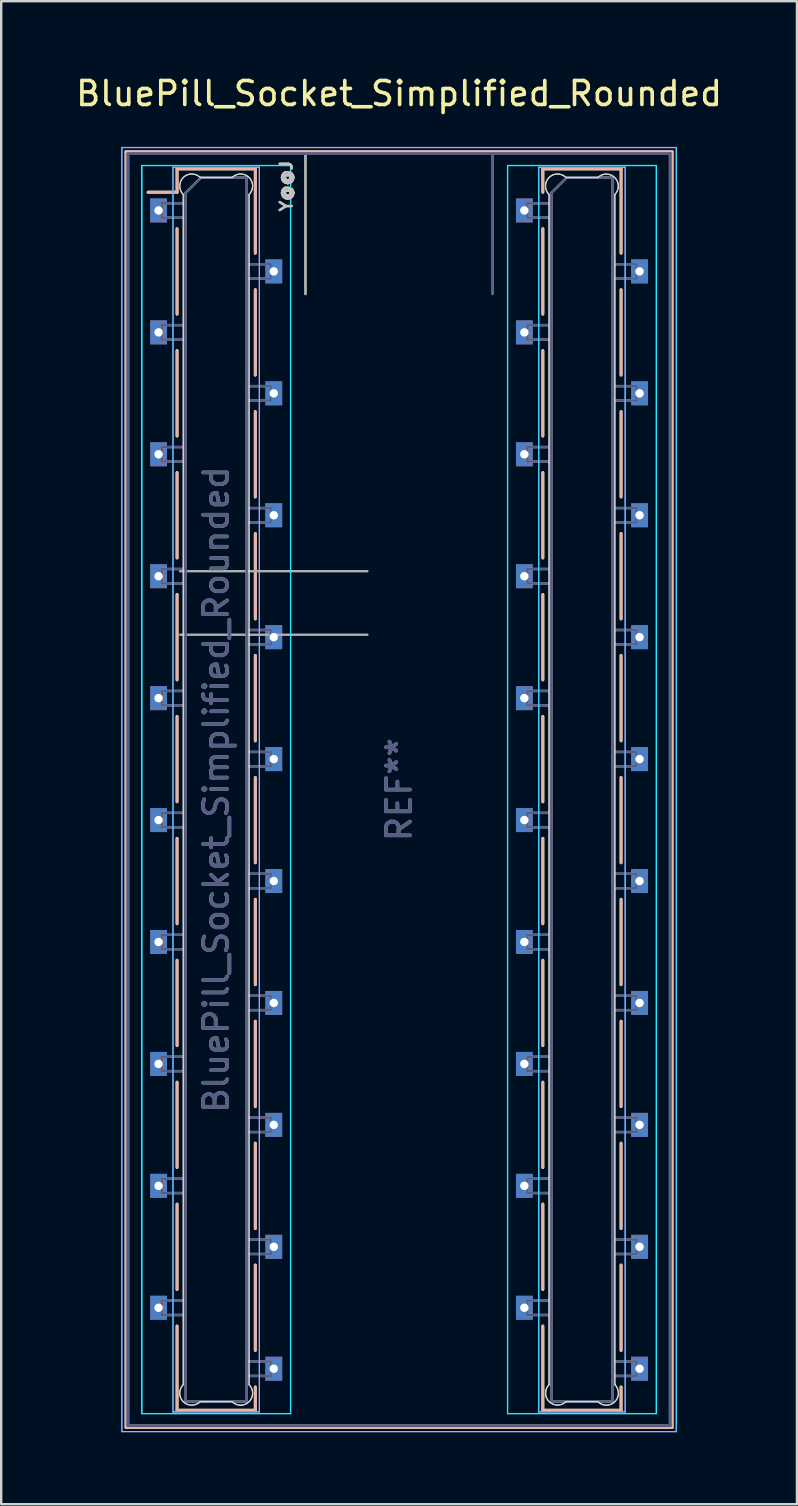
<source format=kicad_pcb>
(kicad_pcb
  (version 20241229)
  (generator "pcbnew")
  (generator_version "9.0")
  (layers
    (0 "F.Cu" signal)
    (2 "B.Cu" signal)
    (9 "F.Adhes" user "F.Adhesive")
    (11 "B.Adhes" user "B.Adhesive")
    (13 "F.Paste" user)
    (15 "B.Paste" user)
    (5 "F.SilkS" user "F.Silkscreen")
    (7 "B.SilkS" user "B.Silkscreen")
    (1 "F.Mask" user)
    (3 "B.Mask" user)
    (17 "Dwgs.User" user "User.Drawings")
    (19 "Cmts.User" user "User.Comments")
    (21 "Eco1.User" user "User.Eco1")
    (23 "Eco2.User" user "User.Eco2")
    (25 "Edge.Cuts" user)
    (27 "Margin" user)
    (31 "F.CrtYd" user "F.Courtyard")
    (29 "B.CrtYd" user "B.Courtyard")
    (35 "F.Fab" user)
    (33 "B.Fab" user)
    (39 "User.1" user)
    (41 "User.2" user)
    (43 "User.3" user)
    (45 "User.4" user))
  (footprint "BluePill_Socket_Simplified_Rounded"
    (layer "F.Cu")
    (at 13.577 29.848)
    (property "Reference" "BluePill_Socket_Simplified_Rounded" (at 0 -29 0) (layer "F.SilkS") (effects (font (size 1 1) (thickness 0.15))))
    (attr smd)
    (fp_line (start -11.375 -26.575) (end 11.375 -26.575) (stroke (width 0.12) (type solid)) (layer "F.SilkS"))
    (fp_line (start -11.375 26.575) (end -11.375 -26.575) (stroke (width 0.12) (type solid)) (layer "F.SilkS"))
    (fp_line (start -10.46 -24.89) (end -9.25 -24.89) (stroke (width 0.12) (type solid)) (layer "F.SilkS"))
    (fp_line (start -9.25 -25.86) (end -9.25 -24.89) (stroke (width 0.12) (type solid)) (layer "F.SilkS"))
    (fp_line (start -9.25 -25.86) (end -5.99 -25.86) (stroke (width 0.12) (type solid)) (layer "F.SilkS"))
    (fp_line (start -9.25 -23.37) (end -9.25 -19.81) (stroke (width 0.12) (type solid)) (layer "F.SilkS"))
    (fp_line (start -9.25 -18.29) (end -9.25 -14.73) (stroke (width 0.12) (type solid)) (layer "F.SilkS"))
    (fp_line (start -9.25 -13.21) (end -9.25 -9.65) (stroke (width 0.12) (type solid)) (layer "F.SilkS"))
    (fp_line (start -9.25 -8.13) (end -9.25 -4.57) (stroke (width 0.12) (type solid)) (layer "F.SilkS"))
    (fp_line (start -9.25 -3.05) (end -9.25 0.51) (stroke (width 0.12) (type solid)) (layer "F.SilkS"))
    (fp_line (start -9.25 2.03) (end -9.25 5.59) (stroke (width 0.12) (type solid)) (layer "F.SilkS"))
    (fp_line (start -9.25 7.11) (end -9.25 10.67) (stroke (width 0.12) (type solid)) (layer "F.SilkS"))
    (fp_line (start -9.25 12.19) (end -9.25 15.75) (stroke (width 0.12) (type solid)) (layer "F.SilkS"))
    (fp_line (start -9.25 17.27) (end -9.25 20.83) (stroke (width 0.12) (type solid)) (layer "F.SilkS"))
    (fp_line (start -9.25 22.35) (end -9.25 25.86) (stroke (width 0.12) (type solid)) (layer "F.SilkS"))
    (fp_line (start -9.25 25.86) (end -5.99 25.86) (stroke (width 0.12) (type solid)) (layer "F.SilkS"))
    (fp_line (start -5.99 -25.86) (end -5.99 -22.35) (stroke (width 0.12) (type solid)) (layer "F.SilkS"))
    (fp_line (start -5.99 -20.83) (end -5.99 -17.27) (stroke (width 0.12) (type solid)) (layer "F.SilkS"))
    (fp_line (start -5.99 -15.75) (end -5.99 -12.19) (stroke (width 0.12) (type solid)) (layer "F.SilkS"))
    (fp_line (start -5.99 -10.67) (end -5.99 -7.11) (stroke (width 0.12) (type solid)) (layer "F.SilkS"))
    (fp_line (start -5.99 -5.59) (end -5.99 -2.03) (stroke (width 0.12) (type solid)) (layer "F.SilkS"))
    (fp_line (start -5.99 -0.51) (end -5.99 3.05) (stroke (width 0.12) (type solid)) (layer "F.SilkS"))
    (fp_line (start -5.99 4.57) (end -5.99 8.13) (stroke (width 0.12) (type solid)) (layer "F.SilkS"))
    (fp_line (start -5.99 9.65) (end -5.99 13.21) (stroke (width 0.12) (type solid)) (layer "F.SilkS"))
    (fp_line (start -5.99 14.73) (end -5.99 18.29) (stroke (width 0.12) (type solid)) (layer "F.SilkS"))
    (fp_line (start -5.99 19.81) (end -5.99 23.37) (stroke (width 0.12) (type solid)) (layer "F.SilkS"))
    (fp_line (start -5.99 24.89) (end -5.99 25.86) (stroke (width 0.12) (type solid)) (layer "F.SilkS"))
    (fp_line (start 5.99 -25.86) (end 5.99 -24.89) (stroke (width 0.12) (type solid)) (layer "F.SilkS"))
    (fp_line (start 5.99 -25.86) (end 9.25 -25.86) (stroke (width 0.12) (type solid)) (layer "F.SilkS"))
    (fp_line (start 5.99 -23.37) (end 5.99 -19.81) (stroke (width 0.12) (type solid)) (layer "F.SilkS"))
    (fp_line (start 5.99 -18.29) (end 5.99 -14.73) (stroke (width 0.12) (type solid)) (layer "F.SilkS"))
    (fp_line (start 5.99 -13.21) (end 5.99 -9.65) (stroke (width 0.12) (type solid)) (layer "F.SilkS"))
    (fp_line (start 5.99 -8.13) (end 5.99 -4.57) (stroke (width 0.12) (type solid)) (layer "F.SilkS"))
    (fp_line (start 5.99 -3.05) (end 5.99 0.51) (stroke (width 0.12) (type solid)) (layer "F.SilkS"))
    (fp_line (start 5.99 2.03) (end 5.99 5.59) (stroke (width 0.12) (type solid)) (layer "F.SilkS"))
    (fp_line (start 5.99 7.11) (end 5.99 10.67) (stroke (width 0.12) (type solid)) (layer "F.SilkS"))
    (fp_line (start 5.99 12.19) (end 5.99 15.75) (stroke (width 0.12) (type solid)) (layer "F.SilkS"))
    (fp_line (start 5.99 17.27) (end 5.99 20.83) (stroke (width 0.12) (type solid)) (layer "F.SilkS"))
    (fp_line (start 5.99 22.35) (end 5.99 25.86) (stroke (width 0.12) (type solid)) (layer "F.SilkS"))
    (fp_line (start 5.99 25.86) (end 9.25 25.86) (stroke (width 0.12) (type solid)) (layer "F.SilkS"))
    (fp_line (start 9.25 -25.86) (end 9.25 -22.35) (stroke (width 0.12) (type solid)) (layer "F.SilkS"))
    (fp_line (start 9.25 -20.83) (end 9.25 -17.27) (stroke (width 0.12) (type solid)) (layer "F.SilkS"))
    (fp_line (start 9.25 -15.75) (end 9.25 -12.19) (stroke (width 0.12) (type solid)) (layer "F.SilkS"))
    (fp_line (start 9.25 -10.67) (end 9.25 -7.11) (stroke (width 0.12) (type solid)) (layer "F.SilkS"))
    (fp_line (start 9.25 -5.59) (end 9.25 -2.03) (stroke (width 0.12) (type solid)) (layer "F.SilkS"))
    (fp_line (start 9.25 -0.51) (end 9.25 3.05) (stroke (width 0.12) (type solid)) (layer "F.SilkS"))
    (fp_line (start 9.25 4.57) (end 9.25 8.13) (stroke (width 0.12) (type solid)) (layer "F.SilkS"))
    (fp_line (start 9.25 9.65) (end 9.25 13.21) (stroke (width 0.12) (type solid)) (layer "F.SilkS"))
    (fp_line (start 9.25 14.73) (end 9.25 18.29) (stroke (width 0.12) (type solid)) (layer "F.SilkS"))
    (fp_line (start 9.25 19.81) (end 9.25 23.37) (stroke (width 0.12) (type solid)) (layer "F.SilkS"))
    (fp_line (start 9.25 24.89) (end 9.25 25.86) (stroke (width 0.12) (type solid)) (layer "F.SilkS"))
    (fp_line (start 11.375 -26.575) (end 11.375 26.575) (stroke (width 0.12) (type solid)) (layer "F.SilkS"))
    (fp_line (start 11.375 26.575) (end -11.375 26.575) (stroke (width 0.12) (type solid)) (layer "F.SilkS"))
    (fp_line (start -11.375 -26.575) (end 11.375 -26.575) (stroke (width 0.12) (type solid)) (layer "B.SilkS"))
    (fp_line (start -11.375 26.575) (end -11.375 -26.575) (stroke (width 0.12) (type solid)) (layer "B.SilkS"))
    (fp_line (start -10.46 -24.89) (end -9.25 -24.89) (stroke (width 0.12) (type solid)) (layer "B.SilkS"))
    (fp_line (start -9.25 -25.86) (end -9.25 -24.89) (stroke (width 0.12) (type solid)) (layer "B.SilkS"))
    (fp_line (start -9.25 -25.86) (end -5.99 -25.86) (stroke (width 0.12) (type solid)) (layer "B.SilkS"))
    (fp_line (start -9.25 -23.37) (end -9.25 -19.81) (stroke (width 0.12) (type solid)) (layer "B.SilkS"))
    (fp_line (start -9.25 -18.29) (end -9.25 -14.73) (stroke (width 0.12) (type solid)) (layer "B.SilkS"))
    (fp_line (start -9.25 -13.21) (end -9.25 -9.65) (stroke (width 0.12) (type solid)) (layer "B.SilkS"))
    (fp_line (start -9.25 -8.13) (end -9.25 -4.57) (stroke (width 0.12) (type solid)) (layer "B.SilkS"))
    (fp_line (start -9.25 -3.05) (end -9.25 0.51) (stroke (width 0.12) (type solid)) (layer "B.SilkS"))
    (fp_line (start -9.25 2.03) (end -9.25 5.59) (stroke (width 0.12) (type solid)) (layer "B.SilkS"))
    (fp_line (start -9.25 7.11) (end -9.25 10.67) (stroke (width 0.12) (type solid)) (layer "B.SilkS"))
    (fp_line (start -9.25 12.19) (end -9.25 15.75) (stroke (width 0.12) (type solid)) (layer "B.SilkS"))
    (fp_line (start -9.25 17.27) (end -9.25 20.83) (stroke (width 0.12) (type solid)) (layer "B.SilkS"))
    (fp_line (start -9.25 22.35) (end -9.25 25.86) (stroke (width 0.12) (type solid)) (layer "B.SilkS"))
    (fp_line (start -9.25 25.86) (end -5.99 25.86) (stroke (width 0.12) (type solid)) (layer "B.SilkS"))
    (fp_line (start -5.99 -25.86) (end -5.99 -22.35) (stroke (width 0.12) (type solid)) (layer "B.SilkS"))
    (fp_line (start -5.99 -20.83) (end -5.99 -17.27) (stroke (width 0.12) (type solid)) (layer "B.SilkS"))
    (fp_line (start -5.99 -15.75) (end -5.99 -12.19) (stroke (width 0.12) (type solid)) (layer "B.SilkS"))
    (fp_line (start -5.99 -10.67) (end -5.99 -7.11) (stroke (width 0.12) (type solid)) (layer "B.SilkS"))
    (fp_line (start -5.99 -5.59) (end -5.99 -2.03) (stroke (width 0.12) (type solid)) (layer "B.SilkS"))
    (fp_line (start -5.99 -0.51) (end -5.99 3.05) (stroke (width 0.12) (type solid)) (layer "B.SilkS"))
    (fp_line (start -5.99 4.57) (end -5.99 8.13) (stroke (width 0.12) (type solid)) (layer "B.SilkS"))
    (fp_line (start -5.99 9.65) (end -5.99 13.21) (stroke (width 0.12) (type solid)) (layer "B.SilkS"))
    (fp_line (start -5.99 14.73) (end -5.99 18.29) (stroke (width 0.12) (type solid)) (layer "B.SilkS"))
    (fp_line (start -5.99 19.81) (end -5.99 23.37) (stroke (width 0.12) (type solid)) (layer "B.SilkS"))
    (fp_line (start -5.99 24.89) (end -5.99 25.86) (stroke (width 0.12) (type solid)) (layer "B.SilkS"))
    (fp_line (start 5.99 -25.86) (end 5.99 -24.89) (stroke (width 0.12) (type solid)) (layer "B.SilkS"))
    (fp_line (start 5.99 -25.86) (end 9.25 -25.86) (stroke (width 0.12) (type solid)) (layer "B.SilkS"))
    (fp_line (start 5.99 -23.37) (end 5.99 -19.81) (stroke (width 0.12) (type solid)) (layer "B.SilkS"))
    (fp_line (start 5.99 -18.29) (end 5.99 -14.73) (stroke (width 0.12) (type solid)) (layer "B.SilkS"))
    (fp_line (start 5.99 -13.21) (end 5.99 -9.65) (stroke (width 0.12) (type solid)) (layer "B.SilkS"))
    (fp_line (start 5.99 -8.13) (end 5.99 -4.57) (stroke (width 0.12) (type solid)) (layer "B.SilkS"))
    (fp_line (start 5.99 -3.05) (end 5.99 0.51) (stroke (width 0.12) (type solid)) (layer "B.SilkS"))
    (fp_line (start 5.99 2.03) (end 5.99 5.59) (stroke (width 0.12) (type solid)) (layer "B.SilkS"))
    (fp_line (start 5.99 7.11) (end 5.99 10.67) (stroke (width 0.12) (type solid)) (layer "B.SilkS"))
    (fp_line (start 5.99 12.19) (end 5.99 15.75) (stroke (width 0.12) (type solid)) (layer "B.SilkS"))
    (fp_line (start 5.99 17.27) (end 5.99 20.83) (stroke (width 0.12) (type solid)) (layer "B.SilkS"))
    (fp_line (start 5.99 22.35) (end 5.99 25.86) (stroke (width 0.12) (type solid)) (layer "B.SilkS"))
    (fp_line (start 5.99 25.86) (end 9.25 25.86) (stroke (width 0.12) (type solid)) (layer "B.SilkS"))
    (fp_line (start 9.25 -25.86) (end 9.25 -22.35) (stroke (width 0.12) (type solid)) (layer "B.SilkS"))
    (fp_line (start 9.25 -20.83) (end 9.25 -17.27) (stroke (width 0.12) (type solid)) (layer "B.SilkS"))
    (fp_line (start 9.25 -15.75) (end 9.25 -12.19) (stroke (width 0.12) (type solid)) (layer "B.SilkS"))
    (fp_line (start 9.25 -10.67) (end 9.25 -7.11) (stroke (width 0.12) (type solid)) (layer "B.SilkS"))
    (fp_line (start 9.25 -5.59) (end 9.25 -2.03) (stroke (width 0.12) (type solid)) (layer "B.SilkS"))
    (fp_line (start 9.25 -0.51) (end 9.25 3.05) (stroke (width 0.12) (type solid)) (layer "B.SilkS"))
    (fp_line (start 9.25 4.57) (end 9.25 8.13) (stroke (width 0.12) (type solid)) (layer "B.SilkS"))
    (fp_line (start 9.25 9.65) (end 9.25 13.21) (stroke (width 0.12) (type solid)) (layer "B.SilkS"))
    (fp_line (start 9.25 14.73) (end 9.25 18.29) (stroke (width 0.12) (type solid)) (layer "B.SilkS"))
    (fp_line (start 9.25 19.81) (end 9.25 23.37) (stroke (width 0.12) (type solid)) (layer "B.SilkS"))
    (fp_line (start 9.25 24.89) (end 9.25 25.86) (stroke (width 0.12) (type solid)) (layer "B.SilkS"))
    (fp_line (start 11.375 -26.575) (end 11.375 26.575) (stroke (width 0.12) (type solid)) (layer "B.SilkS"))
    (fp_line (start 11.375 26.575) (end -11.375 26.575) (stroke (width 0.12) (type solid)) (layer "B.SilkS"))
    (fp_line (start -8.99 24.793) (end -8.99 -24.793) (stroke (width 0.05) (type solid)) (layer "Edge.Cuts"))
    (fp_line (start -8.99 24.793) (end -8.99 -24.793) (stroke (width 0.05) (type solid)) (layer "Edge.Cuts"))
    (fp_line (start -8.283 -25.5) (end -6.957 -25.5) (stroke (width 0.05) (type solid)) (layer "Edge.Cuts"))
    (fp_line (start -8.283 -25.5) (end -6.957 -25.5) (stroke (width 0.05) (type solid)) (layer "Edge.Cuts"))
    (fp_line (start -6.957 25.5) (end -8.283 25.5) (stroke (width 0.05) (type solid)) (layer "Edge.Cuts"))
    (fp_line (start -6.957 25.5) (end -8.283 25.5) (stroke (width 0.05) (type solid)) (layer "Edge.Cuts"))
    (fp_line (start -6.25 -24.793) (end -6.25 24.793) (stroke (width 0.05) (type solid)) (layer "Edge.Cuts"))
    (fp_line (start -6.25 -24.793) (end -6.25 24.793) (stroke (width 0.05) (type solid)) (layer "Edge.Cuts"))
    (fp_line (start 6.25 24.793) (end 6.25 -24.793) (stroke (width 0.05) (type solid)) (layer "Edge.Cuts"))
    (fp_line (start 6.25 24.793) (end 6.25 -24.793) (stroke (width 0.05) (type solid)) (layer "Edge.Cuts"))
    (fp_line (start 6.957 -25.5) (end 8.283 -25.5) (stroke (width 0.05) (type solid)) (layer "Edge.Cuts"))
    (fp_line (start 6.957 -25.5) (end 8.283 -25.5) (stroke (width 0.05) (type solid)) (layer "Edge.Cuts"))
    (fp_line (start 8.283 25.5) (end 6.957 25.5) (stroke (width 0.05) (type solid)) (layer "Edge.Cuts"))
    (fp_line (start 8.283 25.5) (end 6.957 25.5) (stroke (width 0.05) (type solid)) (layer "Edge.Cuts"))
    (fp_line (start 8.99 -24.793) (end 8.99 24.793) (stroke (width 0.05) (type solid)) (layer "Edge.Cuts"))
    (fp_line (start 8.99 -24.793) (end 8.99 24.793) (stroke (width 0.05) (type solid)) (layer "Edge.Cuts"))
    (fp_arc (start -8.99 -24.792893) (mid -8.990001 -25.500001) (end -8.282893 -25.5) (stroke (width 0.05) (type default)) (layer "Edge.Cuts"))
    (fp_arc (start -8.99 -24.792893) (mid -8.990001 -25.500001) (end -8.282893 -25.5) (stroke (width 0.05) (type default)) (layer "Edge.Cuts"))
    (fp_arc (start -8.282893 25.5) (mid -8.990001 25.500001) (end -8.99 24.792893) (stroke (width 0.05) (type default)) (layer "Edge.Cuts"))
    (fp_arc (start -8.282893 25.5) (mid -8.99 25.500001) (end -8.99 24.792893) (stroke (width 0.05) (type default)) (layer "Edge.Cuts"))
    (fp_arc (start -6.957107 -25.5) (mid -6.25 -25.500001) (end -6.25 -24.792893) (stroke (width 0.05) (type default)) (layer "Edge.Cuts"))
    (fp_arc (start -6.957107 -25.5) (mid -6.249999 -25.500001) (end -6.25 -24.792893) (stroke (width 0.05) (type default)) (layer "Edge.Cuts"))
    (fp_arc (start -6.25 24.792893) (mid -6.249999 25.500001) (end -6.957107 25.5) (stroke (width 0.05) (type default)) (layer "Edge.Cuts"))
    (fp_arc (start -6.25 24.792893) (mid -6.249999 25.500001) (end -6.957107 25.5) (stroke (width 0.05) (type default)) (layer "Edge.Cuts"))
    (fp_arc (start 6.25 -24.792893) (mid 6.249999 -25.500001) (end 6.957107 -25.5) (stroke (width 0.05) (type default)) (layer "Edge.Cuts"))
    (fp_arc (start 6.25 -24.792893) (mid 6.249999 -25.500001) (end 6.957107 -25.5) (stroke (width 0.05) (type default)) (layer "Edge.Cuts"))
    (fp_arc (start 6.957107 25.5) (mid 6.25 25.500001) (end 6.25 24.792893) (stroke (width 0.05) (type default)) (layer "Edge.Cuts"))
    (fp_arc (start 6.957107 25.5) (mid 6.249999 25.500001) (end 6.25 24.792893) (stroke (width 0.05) (type default)) (layer "Edge.Cuts"))
    (fp_arc (start 8.282893 -25.5) (mid 8.99 -25.500001) (end 8.99 -24.792893) (stroke (width 0.05) (type default)) (layer "Edge.Cuts"))
    (fp_arc (start 8.282893 -25.5) (mid 8.990001 -25.500001) (end 8.99 -24.792893) (stroke (width 0.05) (type default)) (layer "Edge.Cuts"))
    (fp_arc (start 8.99 24.792893) (mid 8.990001 25.500001) (end 8.282893 25.5) (stroke (width 0.05) (type default)) (layer "Edge.Cuts"))
    (fp_arc (start 8.99 24.792893) (mid 8.990001 25.500001) (end 8.282893 25.5) (stroke (width 0.05) (type default)) (layer "Edge.Cuts"))
    (fp_line (start -11.55 -26.75) (end 11.55 -26.75) (stroke (width 0.05) (type solid)) (layer "B.CrtYd"))
    (fp_line (start -11.55 26.75) (end -11.55 -26.75) (stroke (width 0.05) (type solid)) (layer "B.CrtYd"))
    (fp_line (start -10.72 -26) (end -4.52 -26) (stroke (width 0.05) (type solid)) (layer "B.CrtYd"))
    (fp_line (start -10.72 -26) (end -4.52 -26) (stroke (width 0.05) (type solid)) (layer "B.CrtYd"))
    (fp_line (start -10.72 26) (end -10.72 -26) (stroke (width 0.05) (type solid)) (layer "B.CrtYd"))
    (fp_line (start -10.72 26) (end -10.72 -26) (stroke (width 0.05) (type solid)) (layer "B.CrtYd"))
    (fp_line (start -9.42 -25.93) (end -9.42 25.93) (stroke (width 0.05) (type solid)) (layer "B.CrtYd"))
    (fp_line (start -9.42 25.93) (end -5.82 25.93) (stroke (width 0.05) (type solid)) (layer "B.CrtYd"))
    (fp_line (start -5.82 -25.93) (end -9.42 -25.93) (stroke (width 0.05) (type solid)) (layer "B.CrtYd"))
    (fp_line (start -5.82 -25.93) (end -5.82 21.59) (stroke (width 0.05) (type solid)) (layer "B.CrtYd"))
    (fp_line (start -5.82 21.59) (end -5.82 25.93) (stroke (width 0.05) (type solid)) (layer "B.CrtYd"))
    (fp_line (start -4.52 -26) (end -4.52 26) (stroke (width 0.05) (type solid)) (layer "B.CrtYd"))
    (fp_line (start -4.52 -26) (end -4.52 26) (stroke (width 0.05) (type solid)) (layer "B.CrtYd"))
    (fp_line (start -4.52 26) (end -10.72 26) (stroke (width 0.05) (type solid)) (layer "B.CrtYd"))
    (fp_line (start -4.52 26) (end -10.72 26) (stroke (width 0.05) (type solid)) (layer "B.CrtYd"))
    (fp_line (start 4.52 -26) (end 10.72 -26) (stroke (width 0.05) (type solid)) (layer "B.CrtYd"))
    (fp_line (start 4.52 -26) (end 10.72 -26) (stroke (width 0.05) (type solid)) (layer "B.CrtYd"))
    (fp_line (start 4.52 26) (end 4.52 -26) (stroke (width 0.05) (type solid)) (layer "B.CrtYd"))
    (fp_line (start 4.52 26) (end 4.52 -26) (stroke (width 0.05) (type solid)) (layer "B.CrtYd"))
    (fp_line (start 5.82 -25.93) (end 5.82 21.59) (stroke (width 0.05) (type solid)) (layer "B.CrtYd"))
    (fp_line (start 5.82 -25.93) (end 9.42 -25.93) (stroke (width 0.05) (type solid)) (layer "B.CrtYd"))
    (fp_line (start 5.82 21.59) (end 5.82 25.93) (stroke (width 0.05) (type solid)) (layer "B.CrtYd"))
    (fp_line (start 9.42 -25.93) (end 9.42 25.93) (stroke (width 0.05) (type solid)) (layer "B.CrtYd"))
    (fp_line (start 9.42 25.93) (end 5.82 25.93) (stroke (width 0.05) (type solid)) (layer "B.CrtYd"))
    (fp_line (start 10.72 -26) (end 10.72 26) (stroke (width 0.05) (type solid)) (layer "B.CrtYd"))
    (fp_line (start 10.72 -26) (end 10.72 26) (stroke (width 0.05) (type solid)) (layer "B.CrtYd"))
    (fp_line (start 10.72 26) (end 4.52 26) (stroke (width 0.05) (type solid)) (layer "B.CrtYd"))
    (fp_line (start 10.72 26) (end 4.52 26) (stroke (width 0.05) (type solid)) (layer "B.CrtYd"))
    (fp_line (start 11.55 -26.75) (end 11.55 26.75) (stroke (width 0.05) (type solid)) (layer "B.CrtYd"))
    (fp_line (start 11.55 26.75) (end -11.55 26.75) (stroke (width 0.05) (type solid)) (layer "B.CrtYd"))
    (fp_line (start -11.55 -26.75) (end 11.55 -26.75) (stroke (width 0.05) (type solid)) (layer "F.CrtYd"))
    (fp_line (start -11.55 26.75) (end -11.55 -26.75) (stroke (width 0.05) (type solid)) (layer "F.CrtYd"))
    (fp_line (start -9.42 -25.93) (end -9.42 25.93) (stroke (width 0.05) (type solid)) (layer "F.CrtYd"))
    (fp_line (start -9.42 25.93) (end -5.82 25.93) (stroke (width 0.05) (type solid)) (layer "F.CrtYd"))
    (fp_line (start -5.82 -25.93) (end -9.42 -25.93) (stroke (width 0.05) (type solid)) (layer "F.CrtYd"))
    (fp_line (start -5.82 -25.93) (end -5.82 21.59) (stroke (width 0.05) (type solid)) (layer "F.CrtYd"))
    (fp_line (start -5.82 21.59) (end -5.82 25.93) (stroke (width 0.05) (type solid)) (layer "F.CrtYd"))
    (fp_line (start 5.82 -25.93) (end 5.82 21.59) (stroke (width 0.05) (type solid)) (layer "F.CrtYd"))
    (fp_line (start 5.82 -25.93) (end 9.42 -25.93) (stroke (width 0.05) (type solid)) (layer "F.CrtYd"))
    (fp_line (start 5.82 21.59) (end 5.82 25.93) (stroke (width 0.05) (type solid)) (layer "F.CrtYd"))
    (fp_line (start 9.42 -25.93) (end 9.42 25.93) (stroke (width 0.05) (type solid)) (layer "F.CrtYd"))
    (fp_line (start 9.42 25.93) (end 5.82 25.93) (stroke (width 0.05) (type solid)) (layer "F.CrtYd"))
    (fp_line (start 11.55 -26.75) (end 11.55 26.75) (stroke (width 0.05) (type solid)) (layer "F.CrtYd"))
    (fp_line (start 11.55 26.75) (end -11.55 26.75) (stroke (width 0.05) (type solid)) (layer "F.CrtYd"))
    (fp_line (start -11.3 -26.5) (end 11.3 -26.5) (stroke (width 0.12) (type solid)) (layer "B.Fab"))
    (fp_line (start -11.3 26.5) (end -11.3 -26.45) (stroke (width 0.12) (type solid)) (layer "B.Fab"))
    (fp_line (start -11.3 26.5) (end 11.3 26.5) (stroke (width 0.12) (type solid)) (layer "B.Fab"))
    (fp_line (start -9.89 -24.43) (end -8.89 -24.43) (stroke (width 0.1) (type solid)) (layer "B.Fab"))
    (fp_line (start -9.89 -23.83) (end -9.89 -24.43) (stroke (width 0.1) (type solid)) (layer "B.Fab"))
    (fp_line (start -9.89 -19.35) (end -8.89 -19.35) (stroke (width 0.1) (type solid)) (layer "B.Fab"))
    (fp_line (start -9.89 -18.75) (end -9.89 -19.35) (stroke (width 0.1) (type solid)) (layer "B.Fab"))
    (fp_line (start -9.89 -14.27) (end -8.89 -14.27) (stroke (width 0.1) (type solid)) (layer "B.Fab"))
    (fp_line (start -9.89 -13.67) (end -9.89 -14.27) (stroke (width 0.1) (type solid)) (layer "B.Fab"))
    (fp_line (start -9.89 -9.19) (end -8.89 -9.19) (stroke (width 0.1) (type solid)) (layer "B.Fab"))
    (fp_line (start -9.89 -8.59) (end -9.89 -9.19) (stroke (width 0.1) (type solid)) (layer "B.Fab"))
    (fp_line (start -9.89 -4.11) (end -8.89 -4.11) (stroke (width 0.1) (type solid)) (layer "B.Fab"))
    (fp_line (start -9.89 -3.51) (end -9.89 -4.11) (stroke (width 0.1) (type solid)) (layer "B.Fab"))
    (fp_line (start -9.89 0.97) (end -8.89 0.97) (stroke (width 0.1) (type solid)) (layer "B.Fab"))
    (fp_line (start -9.89 1.57) (end -9.89 0.97) (stroke (width 0.1) (type solid)) (layer "B.Fab"))
    (fp_line (start -9.89 6.05) (end -8.89 6.05) (stroke (width 0.1) (type solid)) (layer "B.Fab"))
    (fp_line (start -9.89 6.65) (end -9.89 6.05) (stroke (width 0.1) (type solid)) (layer "B.Fab"))
    (fp_line (start -9.89 11.13) (end -8.89 11.13) (stroke (width 0.1) (type solid)) (layer "B.Fab"))
    (fp_line (start -9.89 11.73) (end -9.89 11.13) (stroke (width 0.1) (type solid)) (layer "B.Fab"))
    (fp_line (start -9.89 16.21) (end -8.89 16.21) (stroke (width 0.1) (type solid)) (layer "B.Fab"))
    (fp_line (start -9.89 16.81) (end -9.89 16.21) (stroke (width 0.1) (type solid)) (layer "B.Fab"))
    (fp_line (start -9.89 21.29) (end -8.89 21.29) (stroke (width 0.1) (type solid)) (layer "B.Fab"))
    (fp_line (start -9.89 21.89) (end -9.89 21.29) (stroke (width 0.1) (type solid)) (layer "B.Fab"))
    (fp_line (start -8.89 -24.865) (end -8.255 -25.5) (stroke (width 0.1) (type solid)) (layer "B.Fab"))
    (fp_line (start -8.89 -23.83) (end -9.89 -23.83) (stroke (width 0.1) (type solid)) (layer "B.Fab"))
    (fp_line (start -8.89 -18.75) (end -9.89 -18.75) (stroke (width 0.1) (type solid)) (layer "B.Fab"))
    (fp_line (start -8.89 -13.67) (end -9.89 -13.67) (stroke (width 0.1) (type solid)) (layer "B.Fab"))
    (fp_line (start -8.89 -8.59) (end -9.89 -8.59) (stroke (width 0.1) (type solid)) (layer "B.Fab"))
    (fp_line (start -8.89 -3.51) (end -9.89 -3.51) (stroke (width 0.1) (type solid)) (layer "B.Fab"))
    (fp_line (start -8.89 1.57) (end -9.89 1.57) (stroke (width 0.1) (type solid)) (layer "B.Fab"))
    (fp_line (start -8.89 6.65) (end -9.89 6.65) (stroke (width 0.1) (type solid)) (layer "B.Fab"))
    (fp_line (start -8.89 11.73) (end -9.89 11.73) (stroke (width 0.1) (type solid)) (layer "B.Fab"))
    (fp_line (start -8.89 16.81) (end -9.89 16.81) (stroke (width 0.1) (type solid)) (layer "B.Fab"))
    (fp_line (start -8.89 21.89) (end -9.89 21.89) (stroke (width 0.1) (type solid)) (layer "B.Fab"))
    (fp_line (start -8.89 25.5) (end -8.89 -24.865) (stroke (width 0.1) (type solid)) (layer "B.Fab"))
    (fp_line (start -8.255 -25.5) (end -6.35 -25.5) (stroke (width 0.1) (type solid)) (layer "B.Fab"))
    (fp_line (start -6.35 -25.5) (end -6.35 25.5) (stroke (width 0.1) (type solid)) (layer "B.Fab"))
    (fp_line (start -6.35 -21.89) (end -5.35 -21.89) (stroke (width 0.1) (type solid)) (layer "B.Fab"))
    (fp_line (start -6.35 -16.81) (end -5.35 -16.81) (stroke (width 0.1) (type solid)) (layer "B.Fab"))
    (fp_line (start -6.35 -11.73) (end -5.35 -11.73) (stroke (width 0.1) (type solid)) (layer "B.Fab"))
    (fp_line (start -6.35 -6.65) (end -5.35 -6.65) (stroke (width 0.1) (type solid)) (layer "B.Fab"))
    (fp_line (start -6.35 -1.57) (end -5.35 -1.57) (stroke (width 0.1) (type solid)) (layer "B.Fab"))
    (fp_line (start -6.35 3.51) (end -5.35 3.51) (stroke (width 0.1) (type solid)) (layer "B.Fab"))
    (fp_line (start -6.35 8.59) (end -5.35 8.59) (stroke (width 0.1) (type solid)) (layer "B.Fab"))
    (fp_line (start -6.35 13.67) (end -5.35 13.67) (stroke (width 0.1) (type solid)) (layer "B.Fab"))
    (fp_line (start -6.35 18.75) (end -5.35 18.75) (stroke (width 0.1) (type solid)) (layer "B.Fab"))
    (fp_line (start -6.35 23.83) (end -5.35 23.83) (stroke (width 0.1) (type solid)) (layer "B.Fab"))
    (fp_line (start -6.35 25.5) (end -8.89 25.5) (stroke (width 0.1) (type solid)) (layer "B.Fab"))
    (fp_line (start -5.35 -21.89) (end -5.35 -21.29) (stroke (width 0.1) (type solid)) (layer "B.Fab"))
    (fp_line (start -5.35 -21.29) (end -6.35 -21.29) (stroke (width 0.1) (type solid)) (layer "B.Fab"))
    (fp_line (start -5.35 -16.81) (end -5.35 -16.21) (stroke (width 0.1) (type solid)) (layer "B.Fab"))
    (fp_line (start -5.35 -16.21) (end -6.35 -16.21) (stroke (width 0.1) (type solid)) (layer "B.Fab"))
    (fp_line (start -5.35 -11.73) (end -5.35 -11.13) (stroke (width 0.1) (type solid)) (layer "B.Fab"))
    (fp_line (start -5.35 -11.13) (end -6.35 -11.13) (stroke (width 0.1) (type solid)) (layer "B.Fab"))
    (fp_line (start -5.35 -6.65) (end -5.35 -6.05) (stroke (width 0.1) (type solid)) (layer "B.Fab"))
    (fp_line (start -5.35 -6.05) (end -6.35 -6.05) (stroke (width 0.1) (type solid)) (layer "B.Fab"))
    (fp_line (start -5.35 -1.57) (end -5.35 -0.97) (stroke (width 0.1) (type solid)) (layer "B.Fab"))
    (fp_line (start -5.35 -0.97) (end -6.35 -0.97) (stroke (width 0.1) (type solid)) (layer "B.Fab"))
    (fp_line (start -5.35 3.51) (end -5.35 4.11) (stroke (width 0.1) (type solid)) (layer "B.Fab"))
    (fp_line (start -5.35 4.11) (end -6.35 4.11) (stroke (width 0.1) (type solid)) (layer "B.Fab"))
    (fp_line (start -5.35 8.59) (end -5.35 9.19) (stroke (width 0.1) (type solid)) (layer "B.Fab"))
    (fp_line (start -5.35 9.19) (end -6.35 9.19) (stroke (width 0.1) (type solid)) (layer "B.Fab"))
    (fp_line (start -5.35 13.67) (end -5.35 14.27) (stroke (width 0.1) (type solid)) (layer "B.Fab"))
    (fp_line (start -5.35 14.27) (end -6.35 14.27) (stroke (width 0.1) (type solid)) (layer "B.Fab"))
    (fp_line (start -5.35 18.75) (end -5.35 19.35) (stroke (width 0.1) (type solid)) (layer "B.Fab"))
    (fp_line (start -5.35 19.35) (end -6.35 19.35) (stroke (width 0.1) (type solid)) (layer "B.Fab"))
    (fp_line (start -5.35 23.83) (end -5.35 24.43) (stroke (width 0.1) (type solid)) (layer "B.Fab"))
    (fp_line (start -5.35 24.43) (end -6.35 24.43) (stroke (width 0.1) (type solid)) (layer "B.Fab"))
    (fp_line (start 3.9 -20.65) (end 3.9 -26.45) (stroke (width 0.1) (type solid)) (layer "B.Fab"))
    (fp_line (start 5.35 -24.43) (end 6.35 -24.43) (stroke (width 0.1) (type solid)) (layer "B.Fab"))
    (fp_line (start 5.35 -23.83) (end 5.35 -24.43) (stroke (width 0.1) (type solid)) (layer "B.Fab"))
    (fp_line (start 5.35 -19.35) (end 6.35 -19.35) (stroke (width 0.1) (type solid)) (layer "B.Fab"))
    (fp_line (start 5.35 -18.75) (end 5.35 -19.35) (stroke (width 0.1) (type solid)) (layer "B.Fab"))
    (fp_line (start 5.35 -14.27) (end 6.35 -14.27) (stroke (width 0.1) (type solid)) (layer "B.Fab"))
    (fp_line (start 5.35 -13.67) (end 5.35 -14.27) (stroke (width 0.1) (type solid)) (layer "B.Fab"))
    (fp_line (start 5.35 -9.19) (end 6.35 -9.19) (stroke (width 0.1) (type solid)) (layer "B.Fab"))
    (fp_line (start 5.35 -8.59) (end 5.35 -9.19) (stroke (width 0.1) (type solid)) (layer "B.Fab"))
    (fp_line (start 5.35 -4.11) (end 6.35 -4.11) (stroke (width 0.1) (type solid)) (layer "B.Fab"))
    (fp_line (start 5.35 -3.51) (end 5.35 -4.11) (stroke (width 0.1) (type solid)) (layer "B.Fab"))
    (fp_line (start 5.35 0.97) (end 6.35 0.97) (stroke (width 0.1) (type solid)) (layer "B.Fab"))
    (fp_line (start 5.35 1.57) (end 5.35 0.97) (stroke (width 0.1) (type solid)) (layer "B.Fab"))
    (fp_line (start 5.35 6.05) (end 6.35 6.05) (stroke (width 0.1) (type solid)) (layer "B.Fab"))
    (fp_line (start 5.35 6.65) (end 5.35 6.05) (stroke (width 0.1) (type solid)) (layer "B.Fab"))
    (fp_line (start 5.35 11.13) (end 6.35 11.13) (stroke (width 0.1) (type solid)) (layer "B.Fab"))
    (fp_line (start 5.35 11.73) (end 5.35 11.13) (stroke (width 0.1) (type solid)) (layer "B.Fab"))
    (fp_line (start 5.35 16.21) (end 6.35 16.21) (stroke (width 0.1) (type solid)) (layer "B.Fab"))
    (fp_line (start 5.35 16.81) (end 5.35 16.21) (stroke (width 0.1) (type solid)) (layer "B.Fab"))
    (fp_line (start 5.35 21.29) (end 6.35 21.29) (stroke (width 0.1) (type solid)) (layer "B.Fab"))
    (fp_line (start 5.35 21.89) (end 5.35 21.29) (stroke (width 0.1) (type solid)) (layer "B.Fab"))
    (fp_line (start 6.35 -24.865) (end 6.985 -25.5) (stroke (width 0.1) (type solid)) (layer "B.Fab"))
    (fp_line (start 6.35 -23.83) (end 5.35 -23.83) (stroke (width 0.1) (type solid)) (layer "B.Fab"))
    (fp_line (start 6.35 -18.75) (end 5.35 -18.75) (stroke (width 0.1) (type solid)) (layer "B.Fab"))
    (fp_line (start 6.35 -13.67) (end 5.35 -13.67) (stroke (width 0.1) (type solid)) (layer "B.Fab"))
    (fp_line (start 6.35 -8.59) (end 5.35 -8.59) (stroke (width 0.1) (type solid)) (layer "B.Fab"))
    (fp_line (start 6.35 -3.51) (end 5.35 -3.51) (stroke (width 0.1) (type solid)) (layer "B.Fab"))
    (fp_line (start 6.35 1.57) (end 5.35 1.57) (stroke (width 0.1) (type solid)) (layer "B.Fab"))
    (fp_line (start 6.35 6.65) (end 5.35 6.65) (stroke (width 0.1) (type solid)) (layer "B.Fab"))
    (fp_line (start 6.35 11.73) (end 5.35 11.73) (stroke (width 0.1) (type solid)) (layer "B.Fab"))
    (fp_line (start 6.35 16.81) (end 5.35 16.81) (stroke (width 0.1) (type solid)) (layer "B.Fab"))
    (fp_line (start 6.35 21.89) (end 5.35 21.89) (stroke (width 0.1) (type solid)) (layer "B.Fab"))
    (fp_line (start 6.35 25.5) (end 6.35 -24.865) (stroke (width 0.1) (type solid)) (layer "B.Fab"))
    (fp_line (start 6.985 -25.5) (end 8.89 -25.5) (stroke (width 0.1) (type solid)) (layer "B.Fab"))
    (fp_line (start 8.89 -25.5) (end 8.89 25.5) (stroke (width 0.1) (type solid)) (layer "B.Fab"))
    (fp_line (start 8.89 -21.89) (end 9.89 -21.89) (stroke (width 0.1) (type solid)) (layer "B.Fab"))
    (fp_line (start 8.89 -16.81) (end 9.89 -16.81) (stroke (width 0.1) (type solid)) (layer "B.Fab"))
    (fp_line (start 8.89 -11.73) (end 9.89 -11.73) (stroke (width 0.1) (type solid)) (layer "B.Fab"))
    (fp_line (start 8.89 -6.65) (end 9.89 -6.65) (stroke (width 0.1) (type solid)) (layer "B.Fab"))
    (fp_line (start 8.89 -1.57) (end 9.89 -1.57) (stroke (width 0.1) (type solid)) (layer "B.Fab"))
    (fp_line (start 8.89 3.51) (end 9.89 3.51) (stroke (width 0.1) (type solid)) (layer "B.Fab"))
    (fp_line (start 8.89 8.59) (end 9.89 8.59) (stroke (width 0.1) (type solid)) (layer "B.Fab"))
    (fp_line (start 8.89 13.67) (end 9.89 13.67) (stroke (width 0.1) (type solid)) (layer "B.Fab"))
    (fp_line (start 8.89 18.75) (end 9.89 18.75) (stroke (width 0.1) (type solid)) (layer "B.Fab"))
    (fp_line (start 8.89 23.83) (end 9.89 23.83) (stroke (width 0.1) (type solid)) (layer "B.Fab"))
    (fp_line (start 8.89 25.5) (end 6.35 25.5) (stroke (width 0.1) (type solid)) (layer "B.Fab"))
    (fp_line (start 9.89 -21.89) (end 9.89 -21.29) (stroke (width 0.1) (type solid)) (layer "B.Fab"))
    (fp_line (start 9.89 -21.29) (end 8.89 -21.29) (stroke (width 0.1) (type solid)) (layer "B.Fab"))
    (fp_line (start 9.89 -16.81) (end 9.89 -16.21) (stroke (width 0.1) (type solid)) (layer "B.Fab"))
    (fp_line (start 9.89 -16.21) (end 8.89 -16.21) (stroke (width 0.1) (type solid)) (layer "B.Fab"))
    (fp_line (start 9.89 -11.73) (end 9.89 -11.13) (stroke (width 0.1) (type solid)) (layer "B.Fab"))
    (fp_line (start 9.89 -11.13) (end 8.89 -11.13) (stroke (width 0.1) (type solid)) (layer "B.Fab"))
    (fp_line (start 9.89 -6.65) (end 9.89 -6.05) (stroke (width 0.1) (type solid)) (layer "B.Fab"))
    (fp_line (start 9.89 -6.05) (end 8.89 -6.05) (stroke (width 0.1) (type solid)) (layer "B.Fab"))
    (fp_line (start 9.89 -1.57) (end 9.89 -0.97) (stroke (width 0.1) (type solid)) (layer "B.Fab"))
    (fp_line (start 9.89 -0.97) (end 8.89 -0.97) (stroke (width 0.1) (type solid)) (layer "B.Fab"))
    (fp_line (start 9.89 3.51) (end 9.89 4.11) (stroke (width 0.1) (type solid)) (layer "B.Fab"))
    (fp_line (start 9.89 4.11) (end 8.89 4.11) (stroke (width 0.1) (type solid)) (layer "B.Fab"))
    (fp_line (start 9.89 8.59) (end 9.89 9.19) (stroke (width 0.1) (type solid)) (layer "B.Fab"))
    (fp_line (start 9.89 9.19) (end 8.89 9.19) (stroke (width 0.1) (type solid)) (layer "B.Fab"))
    (fp_line (start 9.89 13.67) (end 9.89 14.27) (stroke (width 0.1) (type solid)) (layer "B.Fab"))
    (fp_line (start 9.89 14.27) (end 8.89 14.27) (stroke (width 0.1) (type solid)) (layer "B.Fab"))
    (fp_line (start 9.89 18.75) (end 9.89 19.35) (stroke (width 0.1) (type solid)) (layer "B.Fab"))
    (fp_line (start 9.89 19.35) (end 8.89 19.35) (stroke (width 0.1) (type solid)) (layer "B.Fab"))
    (fp_line (start 9.89 23.83) (end 9.89 24.43) (stroke (width 0.1) (type solid)) (layer "B.Fab"))
    (fp_line (start 9.89 24.43) (end 8.89 24.43) (stroke (width 0.1) (type solid)) (layer "B.Fab"))
    (fp_line (start 11.3 -26.5) (end 11.3 26.5) (stroke (width 0.12) (type solid)) (layer "B.Fab"))
    (fp_line (start -11.3 -26.5) (end 11.3 -26.5) (stroke (width 0.12) (type solid)) (layer "F.Fab"))
    (fp_line (start -11.3 26.5) (end -11.3 -26.45) (stroke (width 0.12) (type solid)) (layer "F.Fab"))
    (fp_line (start -11.3 26.5) (end 11.3 26.5) (stroke (width 0.12) (type solid)) (layer "F.Fab"))
    (fp_line (start -9.89 -24.43) (end -8.89 -24.43) (stroke (width 0.1) (type solid)) (layer "F.Fab"))
    (fp_line (start -9.89 -23.83) (end -9.89 -24.43) (stroke (width 0.1) (type solid)) (layer "F.Fab"))
    (fp_line (start -9.89 -19.35) (end -8.89 -19.35) (stroke (width 0.1) (type solid)) (layer "F.Fab"))
    (fp_line (start -9.89 -18.75) (end -9.89 -19.35) (stroke (width 0.1) (type solid)) (layer "F.Fab"))
    (fp_line (start -9.89 -14.27) (end -8.89 -14.27) (stroke (width 0.1) (type solid)) (layer "F.Fab"))
    (fp_line (start -9.89 -13.67) (end -9.89 -14.27) (stroke (width 0.1) (type solid)) (layer "F.Fab"))
    (fp_line (start -9.89 -9.19) (end -8.89 -9.19) (stroke (width 0.1) (type solid)) (layer "F.Fab"))
    (fp_line (start -9.89 -8.59) (end -9.89 -9.19) (stroke (width 0.1) (type solid)) (layer "F.Fab"))
    (fp_line (start -9.89 -4.11) (end -8.89 -4.11) (stroke (width 0.1) (type solid)) (layer "F.Fab"))
    (fp_line (start -9.89 -3.51) (end -9.89 -4.11) (stroke (width 0.1) (type solid)) (layer "F.Fab"))
    (fp_line (start -9.89 0.97) (end -8.89 0.97) (stroke (width 0.1) (type solid)) (layer "F.Fab"))
    (fp_line (start -9.89 1.57) (end -9.89 0.97) (stroke (width 0.1) (type solid)) (layer "F.Fab"))
    (fp_line (start -9.89 6.05) (end -8.89 6.05) (stroke (width 0.1) (type solid)) (layer "F.Fab"))
    (fp_line (start -9.89 6.65) (end -9.89 6.05) (stroke (width 0.1) (type solid)) (layer "F.Fab"))
    (fp_line (start -9.89 11.13) (end -8.89 11.13) (stroke (width 0.1) (type solid)) (layer "F.Fab"))
    (fp_line (start -9.89 11.73) (end -9.89 11.13) (stroke (width 0.1) (type solid)) (layer "F.Fab"))
    (fp_line (start -9.89 16.21) (end -8.89 16.21) (stroke (width 0.1) (type solid)) (layer "F.Fab"))
    (fp_line (start -9.89 16.81) (end -9.89 16.21) (stroke (width 0.1) (type solid)) (layer "F.Fab"))
    (fp_line (start -9.89 21.29) (end -8.89 21.29) (stroke (width 0.1) (type solid)) (layer "F.Fab"))
    (fp_line (start -9.89 21.89) (end -9.89 21.29) (stroke (width 0.1) (type solid)) (layer "F.Fab"))
    (fp_line (start -9.12 -9.098) (end -1.32 -9.098) (stroke (width 0.1) (type solid)) (layer "F.Fab"))
    (fp_line (start -9.12 -6.451) (end -1.32 -6.451) (stroke (width 0.1) (type solid)) (layer "F.Fab"))
    (fp_line (start -8.89 -24.865) (end -8.255 -25.5) (stroke (width 0.1) (type solid)) (layer "F.Fab"))
    (fp_line (start -8.89 -23.83) (end -9.89 -23.83) (stroke (width 0.1) (type solid)) (layer "F.Fab"))
    (fp_line (start -8.89 -18.75) (end -9.89 -18.75) (stroke (width 0.1) (type solid)) (layer "F.Fab"))
    (fp_line (start -8.89 -13.67) (end -9.89 -13.67) (stroke (width 0.1) (type solid)) (layer "F.Fab"))
    (fp_line (start -8.89 -8.59) (end -9.89 -8.59) (stroke (width 0.1) (type solid)) (layer "F.Fab"))
    (fp_line (start -8.89 -3.51) (end -9.89 -3.51) (stroke (width 0.1) (type solid)) (layer "F.Fab"))
    (fp_line (start -8.89 1.57) (end -9.89 1.57) (stroke (width 0.1) (type solid)) (layer "F.Fab"))
    (fp_line (start -8.89 6.65) (end -9.89 6.65) (stroke (width 0.1) (type solid)) (layer "F.Fab"))
    (fp_line (start -8.89 11.73) (end -9.89 11.73) (stroke (width 0.1) (type solid)) (layer "F.Fab"))
    (fp_line (start -8.89 16.81) (end -9.89 16.81) (stroke (width 0.1) (type solid)) (layer "F.Fab"))
    (fp_line (start -8.89 21.89) (end -9.89 21.89) (stroke (width 0.1) (type solid)) (layer "F.Fab"))
    (fp_line (start -8.89 25.5) (end -8.89 -24.865) (stroke (width 0.1) (type solid)) (layer "F.Fab"))
    (fp_line (start -8.255 -25.5) (end -6.35 -25.5) (stroke (width 0.1) (type solid)) (layer "F.Fab"))
    (fp_line (start -6.35 -25.5) (end -6.35 25.5) (stroke (width 0.1) (type solid)) (layer "F.Fab"))
    (fp_line (start -6.35 -21.89) (end -5.35 -21.89) (stroke (width 0.1) (type solid)) (layer "F.Fab"))
    (fp_line (start -6.35 -16.81) (end -5.35 -16.81) (stroke (width 0.1) (type solid)) (layer "F.Fab"))
    (fp_line (start -6.35 -11.73) (end -5.35 -11.73) (stroke (width 0.1) (type solid)) (layer "F.Fab"))
    (fp_line (start -6.35 -6.65) (end -5.35 -6.65) (stroke (width 0.1) (type solid)) (layer "F.Fab"))
    (fp_line (start -6.35 -1.57) (end -5.35 -1.57) (stroke (width 0.1) (type solid)) (layer "F.Fab"))
    (fp_line (start -6.35 3.51) (end -5.35 3.51) (stroke (width 0.1) (type solid)) (layer "F.Fab"))
    (fp_line (start -6.35 8.59) (end -5.35 8.59) (stroke (width 0.1) (type solid)) (layer "F.Fab"))
    (fp_line (start -6.35 13.67) (end -5.35 13.67) (stroke (width 0.1) (type solid)) (layer "F.Fab"))
    (fp_line (start -6.35 18.75) (end -5.35 18.75) (stroke (width 0.1) (type solid)) (layer "F.Fab"))
    (fp_line (start -6.35 23.83) (end -5.35 23.83) (stroke (width 0.1) (type solid)) (layer "F.Fab"))
    (fp_line (start -6.35 25.5) (end -8.89 25.5) (stroke (width 0.1) (type solid)) (layer "F.Fab"))
    (fp_line (start -5.35 -21.89) (end -5.35 -21.29) (stroke (width 0.1) (type solid)) (layer "F.Fab"))
    (fp_line (start -5.35 -21.29) (end -6.35 -21.29) (stroke (width 0.1) (type solid)) (layer "F.Fab"))
    (fp_line (start -5.35 -16.81) (end -5.35 -16.21) (stroke (width 0.1) (type solid)) (layer "F.Fab"))
    (fp_line (start -5.35 -16.21) (end -6.35 -16.21) (stroke (width 0.1) (type solid)) (layer "F.Fab"))
    (fp_line (start -5.35 -11.73) (end -5.35 -11.13) (stroke (width 0.1) (type solid)) (layer "F.Fab"))
    (fp_line (start -5.35 -11.13) (end -6.35 -11.13) (stroke (width 0.1) (type solid)) (layer "F.Fab"))
    (fp_line (start -5.35 -6.65) (end -5.35 -6.05) (stroke (width 0.1) (type solid)) (layer "F.Fab"))
    (fp_line (start -5.35 -6.05) (end -6.35 -6.05) (stroke (width 0.1) (type solid)) (layer "F.Fab"))
    (fp_line (start -5.35 -1.57) (end -5.35 -0.97) (stroke (width 0.1) (type solid)) (layer "F.Fab"))
    (fp_line (start -5.35 -0.97) (end -6.35 -0.97) (stroke (width 0.1) (type solid)) (layer "F.Fab"))
    (fp_line (start -5.35 3.51) (end -5.35 4.11) (stroke (width 0.1) (type solid)) (layer "F.Fab"))
    (fp_line (start -5.35 4.11) (end -6.35 4.11) (stroke (width 0.1) (type solid)) (layer "F.Fab"))
    (fp_line (start -5.35 8.59) (end -5.35 9.19) (stroke (width 0.1) (type solid)) (layer "F.Fab"))
    (fp_line (start -5.35 9.19) (end -6.35 9.19) (stroke (width 0.1) (type solid)) (layer "F.Fab"))
    (fp_line (start -5.35 13.67) (end -5.35 14.27) (stroke (width 0.1) (type solid)) (layer "F.Fab"))
    (fp_line (start -5.35 14.27) (end -6.35 14.27) (stroke (width 0.1) (type solid)) (layer "F.Fab"))
    (fp_line (start -5.35 18.75) (end -5.35 19.35) (stroke (width 0.1) (type solid)) (layer "F.Fab"))
    (fp_line (start -5.35 19.35) (end -6.35 19.35) (stroke (width 0.1) (type solid)) (layer "F.Fab"))
    (fp_line (start -5.35 23.83) (end -5.35 24.43) (stroke (width 0.1) (type solid)) (layer "F.Fab"))
    (fp_line (start -5.35 24.43) (end -6.35 24.43) (stroke (width 0.1) (type solid)) (layer "F.Fab"))
    (fp_line (start -3.9 -20.65) (end -3.9 -26.45) (stroke (width 0.1) (type solid)) (layer "F.Fab"))
    (fp_line (start -3.9 -20.65) (end -3.9 -26.45) (stroke (width 0.1) (type solid)) (layer "F.Fab"))
    (fp_line (start 3.9 -20.65) (end 3.9 -26.45) (stroke (width 0.1) (type solid)) (layer "F.Fab"))
    (fp_line (start 5.35 -24.43) (end 6.35 -24.43) (stroke (width 0.1) (type solid)) (layer "F.Fab"))
    (fp_line (start 5.35 -23.83) (end 5.35 -24.43) (stroke (width 0.1) (type solid)) (layer "F.Fab"))
    (fp_line (start 5.35 -19.35) (end 6.35 -19.35) (stroke (width 0.1) (type solid)) (layer "F.Fab"))
    (fp_line (start 5.35 -18.75) (end 5.35 -19.35) (stroke (width 0.1) (type solid)) (layer "F.Fab"))
    (fp_line (start 5.35 -14.27) (end 6.35 -14.27) (stroke (width 0.1) (type solid)) (layer "F.Fab"))
    (fp_line (start 5.35 -13.67) (end 5.35 -14.27) (stroke (width 0.1) (type solid)) (layer "F.Fab"))
    (fp_line (start 5.35 -9.19) (end 6.35 -9.19) (stroke (width 0.1) (type solid)) (layer "F.Fab"))
    (fp_line (start 5.35 -8.59) (end 5.35 -9.19) (stroke (width 0.1) (type solid)) (layer "F.Fab"))
    (fp_line (start 5.35 -4.11) (end 6.35 -4.11) (stroke (width 0.1) (type solid)) (layer "F.Fab"))
    (fp_line (start 5.35 -3.51) (end 5.35 -4.11) (stroke (width 0.1) (type solid)) (layer "F.Fab"))
    (fp_line (start 5.35 0.97) (end 6.35 0.97) (stroke (width 0.1) (type solid)) (layer "F.Fab"))
    (fp_line (start 5.35 1.57) (end 5.35 0.97) (stroke (width 0.1) (type solid)) (layer "F.Fab"))
    (fp_line (start 5.35 6.05) (end 6.35 6.05) (stroke (width 0.1) (type solid)) (layer "F.Fab"))
    (fp_line (start 5.35 6.65) (end 5.35 6.05) (stroke (width 0.1) (type solid)) (layer "F.Fab"))
    (fp_line (start 5.35 11.13) (end 6.35 11.13) (stroke (width 0.1) (type solid)) (layer "F.Fab"))
    (fp_line (start 5.35 11.73) (end 5.35 11.13) (stroke (width 0.1) (type solid)) (layer "F.Fab"))
    (fp_line (start 5.35 16.21) (end 6.35 16.21) (stroke (width 0.1) (type solid)) (layer "F.Fab"))
    (fp_line (start 5.35 16.81) (end 5.35 16.21) (stroke (width 0.1) (type solid)) (layer "F.Fab"))
    (fp_line (start 5.35 21.29) (end 6.35 21.29) (stroke (width 0.1) (type solid)) (layer "F.Fab"))
    (fp_line (start 5.35 21.89) (end 5.35 21.29) (stroke (width 0.1) (type solid)) (layer "F.Fab"))
    (fp_line (start 6.35 -24.865) (end 6.985 -25.5) (stroke (width 0.1) (type solid)) (layer "F.Fab"))
    (fp_line (start 6.35 -23.83) (end 5.35 -23.83) (stroke (width 0.1) (type solid)) (layer "F.Fab"))
    (fp_line (start 6.35 -18.75) (end 5.35 -18.75) (stroke (width 0.1) (type solid)) (layer "F.Fab"))
    (fp_line (start 6.35 -13.67) (end 5.35 -13.67) (stroke (width 0.1) (type solid)) (layer "F.Fab"))
    (fp_line (start 6.35 -8.59) (end 5.35 -8.59) (stroke (width 0.1) (type solid)) (layer "F.Fab"))
    (fp_line (start 6.35 -3.51) (end 5.35 -3.51) (stroke (width 0.1) (type solid)) (layer "F.Fab"))
    (fp_line (start 6.35 1.57) (end 5.35 1.57) (stroke (width 0.1) (type solid)) (layer "F.Fab"))
    (fp_line (start 6.35 6.65) (end 5.35 6.65) (stroke (width 0.1) (type solid)) (layer "F.Fab"))
    (fp_line (start 6.35 11.73) (end 5.35 11.73) (stroke (width 0.1) (type solid)) (layer "F.Fab"))
    (fp_line (start 6.35 16.81) (end 5.35 16.81) (stroke (width 0.1) (type solid)) (layer "F.Fab"))
    (fp_line (start 6.35 21.89) (end 5.35 21.89) (stroke (width 0.1) (type solid)) (layer "F.Fab"))
    (fp_line (start 6.35 25.5) (end 6.35 -24.865) (stroke (width 0.1) (type solid)) (layer "F.Fab"))
    (fp_line (start 6.985 -25.5) (end 8.89 -25.5) (stroke (width 0.1) (type solid)) (layer "F.Fab"))
    (fp_line (start 8.89 -25.5) (end 8.89 25.5) (stroke (width 0.1) (type solid)) (layer "F.Fab"))
    (fp_line (start 8.89 -21.89) (end 9.89 -21.89) (stroke (width 0.1) (type solid)) (layer "F.Fab"))
    (fp_line (start 8.89 -16.81) (end 9.89 -16.81) (stroke (width 0.1) (type solid)) (layer "F.Fab"))
    (fp_line (start 8.89 -11.73) (end 9.89 -11.73) (stroke (width 0.1) (type solid)) (layer "F.Fab"))
    (fp_line (start 8.89 -6.65) (end 9.89 -6.65) (stroke (width 0.1) (type solid)) (layer "F.Fab"))
    (fp_line (start 8.89 -1.57) (end 9.89 -1.57) (stroke (width 0.1) (type solid)) (layer "F.Fab"))
    (fp_line (start 8.89 3.51) (end 9.89 3.51) (stroke (width 0.1) (type solid)) (layer "F.Fab"))
    (fp_line (start 8.89 8.59) (end 9.89 8.59) (stroke (width 0.1) (type solid)) (layer "F.Fab"))
    (fp_line (start 8.89 13.67) (end 9.89 13.67) (stroke (width 0.1) (type solid)) (layer "F.Fab"))
    (fp_line (start 8.89 18.75) (end 9.89 18.75) (stroke (width 0.1) (type solid)) (layer "F.Fab"))
    (fp_line (start 8.89 23.83) (end 9.89 23.83) (stroke (width 0.1) (type solid)) (layer "F.Fab"))
    (fp_line (start 8.89 25.5) (end 6.35 25.5) (stroke (width 0.1) (type solid)) (layer "F.Fab"))
    (fp_line (start 9.89 -21.89) (end 9.89 -21.29) (stroke (width 0.1) (type solid)) (layer "F.Fab"))
    (fp_line (start 9.89 -21.29) (end 8.89 -21.29) (stroke (width 0.1) (type solid)) (layer "F.Fab"))
    (fp_line (start 9.89 -16.81) (end 9.89 -16.21) (stroke (width 0.1) (type solid)) (layer "F.Fab"))
    (fp_line (start 9.89 -16.21) (end 8.89 -16.21) (stroke (width 0.1) (type solid)) (layer "F.Fab"))
    (fp_line (start 9.89 -11.73) (end 9.89 -11.13) (stroke (width 0.1) (type solid)) (layer "F.Fab"))
    (fp_line (start 9.89 -11.13) (end 8.89 -11.13) (stroke (width 0.1) (type solid)) (layer "F.Fab"))
    (fp_line (start 9.89 -6.65) (end 9.89 -6.05) (stroke (width 0.1) (type solid)) (layer "F.Fab"))
    (fp_line (start 9.89 -6.05) (end 8.89 -6.05) (stroke (width 0.1) (type solid)) (layer "F.Fab"))
    (fp_line (start 9.89 -1.57) (end 9.89 -0.97) (stroke (width 0.1) (type solid)) (layer "F.Fab"))
    (fp_line (start 9.89 -0.97) (end 8.89 -0.97) (stroke (width 0.1) (type solid)) (layer "F.Fab"))
    (fp_line (start 9.89 3.51) (end 9.89 4.11) (stroke (width 0.1) (type solid)) (layer "F.Fab"))
    (fp_line (start 9.89 4.11) (end 8.89 4.11) (stroke (width 0.1) (type solid)) (layer "F.Fab"))
    (fp_line (start 9.89 8.59) (end 9.89 9.19) (stroke (width 0.1) (type solid)) (layer "F.Fab"))
    (fp_line (start 9.89 9.19) (end 8.89 9.19) (stroke (width 0.1) (type solid)) (layer "F.Fab"))
    (fp_line (start 9.89 13.67) (end 9.89 14.27) (stroke (width 0.1) (type solid)) (layer "F.Fab"))
    (fp_line (start 9.89 14.27) (end 8.89 14.27) (stroke (width 0.1) (type solid)) (layer "F.Fab"))
    (fp_line (start 9.89 18.75) (end 9.89 19.35) (stroke (width 0.1) (type solid)) (layer "F.Fab"))
    (fp_line (start 9.89 19.35) (end 8.89 19.35) (stroke (width 0.1) (type solid)) (layer "F.Fab"))
    (fp_line (start 9.89 23.83) (end 9.89 24.43) (stroke (width 0.1) (type solid)) (layer "F.Fab"))
    (fp_line (start 9.89 24.43) (end 8.89 24.43) (stroke (width 0.1) (type solid)) (layer "F.Fab"))
    (fp_line (start 11.3 -26.5) (end 11.3 26.5) (stroke (width 0.12) (type solid)) (layer "F.Fab"))
    (fp_line (start -8.99 -25.5) (end -6.25 -25.5) (stroke (width 0.05) (type solid)) (layer "User.1"))
    (fp_line (start -8.99 25.5) (end -8.99 -25.5) (stroke (width 0.05) (type solid)) (layer "User.1"))
    (fp_line (start -6.25 -25.5) (end -6.25 25.5) (stroke (width 0.05) (type solid)) (layer "User.1"))
    (fp_line (start -6.25 25.5) (end -8.99 25.5) (stroke (width 0.05) (type solid)) (layer "User.1"))
    (fp_line (start 6.245 -25.5) (end 8.985 -25.5) (stroke (width 0.05) (type solid)) (layer "User.1"))
    (fp_line (start 6.245 25.5) (end 6.245 -25.5) (stroke (width 0.05) (type solid)) (layer "User.1"))
    (fp_line (start 8.985 -25.5) (end 8.985 25.5) (stroke (width 0.05) (type solid)) (layer "User.1"))
    (fp_line (start 8.985 25.5) (end 6.245 25.5) (stroke (width 0.05) (type solid)) (layer "User.1"))
    (fp_text user "Y@@J" (at -4.699 -25.146 90) (unlocked yes) (layer "Dwgs.User") (effects (font (size 0.5 0.5) (thickness 0.1))))
    (fp_text user "Y@@J" (at -4.699 -25.146 90) (unlocked yes) (layer "Dwgs.User") (effects (font (size 0.5 0.5) (thickness 0.1))))
    (fp_text user "${REFERENCE}" (at -7.62 0 90) (layer "B.Fab") (effects (font (size 1 1) (thickness 0.15))))
    (fp_text user "REF**" (at 0 0 90) (layer "B.Fab") (effects (font (size 1 1) (thickness 0.15))))
    (fp_text user "REF**" (at 0 0 90) (layer "F.Fab") (effects (font (size 1 1) (thickness 0.15))))
    (fp_text user "${REFERENCE}" (at -7.62 0 90) (layer "F.Fab") (effects (font (size 1 1) (thickness 0.15))))
    (pad "1" thru_hole circle (at -10.02 -24.13) (size 0.6 0.6) (drill 0.35) (layers "*.Cu" "*.Mask"))
    (pad "1" smd rect (at -10.02 -24.13) (size 0.7 1) (layers "F.Cu" "F.Mask" "F.Paste"))
    (pad "1" smd rect (at -10.02 -24.13) (size 0.7 1) (layers "B.Cu" "B.Mask" "B.Paste"))
    (pad "2" thru_hole circle (at -5.22 -21.59) (size 0.6 0.6) (drill 0.35) (layers "*.Cu" "*.Mask"))
    (pad "2" smd rect (at -5.22 -21.59) (size 0.7 1) (layers "F.Cu" "F.Mask" "F.Paste"))
    (pad "2" smd rect (at -5.22 -21.59) (size 0.7 1) (layers "B.Cu" "B.Mask" "B.Paste"))
    (pad "3" thru_hole circle (at -10.02 -19.05) (size 0.6 0.6) (drill 0.35) (layers "*.Cu" "*.Mask"))
    (pad "3" smd rect (at -10.02 -19.05) (size 0.7 1) (layers "F.Cu" "F.Mask" "F.Paste"))
    (pad "3" smd rect (at -10.02 -19.05) (size 0.7 1) (layers "B.Cu" "B.Mask" "B.Paste"))
    (pad "4" thru_hole circle (at -5.22 -16.51) (size 0.6 0.6) (drill 0.35) (layers "*.Cu" "*.Mask"))
    (pad "4" smd rect (at -5.22 -16.51) (size 0.7 1) (layers "F.Cu" "F.Mask" "F.Paste"))
    (pad "4" smd rect (at -5.22 -16.51) (size 0.7 1) (layers "B.Cu" "B.Mask" "B.Paste"))
    (pad "5" thru_hole circle (at -10.02 -13.97) (size 0.6 0.6) (drill 0.35) (layers "*.Cu" "*.Mask"))
    (pad "5" smd rect (at -10.02 -13.97) (size 0.7 1) (layers "F.Cu" "F.Mask" "F.Paste"))
    (pad "5" smd rect (at -10.02 -13.97) (size 0.7 1) (layers "B.Cu" "B.Mask" "B.Paste"))
    (pad "6" thru_hole circle (at -5.22 -11.43) (size 0.6 0.6) (drill 0.35) (layers "*.Cu" "*.Mask"))
    (pad "6" smd rect (at -5.22 -11.43) (size 0.7 1) (layers "F.Cu" "F.Mask" "F.Paste"))
    (pad "6" smd rect (at -5.22 -11.43) (size 0.7 1) (layers "B.Cu" "B.Mask" "B.Paste"))
    (pad "7" thru_hole circle (at -10.02 -8.89) (size 0.6 0.6) (drill 0.35) (layers "*.Cu" "*.Mask"))
    (pad "7" smd rect (at -10.02 -8.89) (size 0.7 1) (layers "F.Cu" "F.Mask" "F.Paste"))
    (pad "7" smd rect (at -10.02 -8.89) (size 0.7 1) (layers "B.Cu" "B.Mask" "B.Paste"))
    (pad "8" thru_hole circle (at -5.22 -6.35) (size 0.6 0.6) (drill 0.35) (layers "*.Cu" "*.Mask"))
    (pad "8" smd rect (at -5.22 -6.35) (size 0.7 1) (layers "F.Cu" "F.Mask" "F.Paste"))
    (pad "8" smd rect (at -5.22 -6.35) (size 0.7 1) (layers "B.Cu" "B.Mask" "B.Paste"))
    (pad "9" thru_hole circle (at -10.02 -3.81) (size 0.6 0.6) (drill 0.35) (layers "*.Cu" "*.Mask"))
    (pad "9" smd rect (at -10.02 -3.81) (size 0.7 1) (layers "F.Cu" "F.Mask" "F.Paste"))
    (pad "9" smd rect (at -10.02 -3.81) (size 0.7 1) (layers "B.Cu" "B.Mask" "B.Paste"))
    (pad "10" thru_hole circle (at -5.22 -1.27) (size 0.6 0.6) (drill 0.35) (layers "*.Cu" "*.Mask"))
    (pad "10" smd rect (at -5.22 -1.27) (size 0.7 1) (layers "F.Cu" "F.Mask" "F.Paste"))
    (pad "10" smd rect (at -5.22 -1.27) (size 0.7 1) (layers "B.Cu" "B.Mask" "B.Paste"))
    (pad "11" thru_hole circle (at -10.02 1.27) (size 0.6 0.6) (drill 0.35) (layers "*.Cu" "*.Mask"))
    (pad "11" smd rect (at -10.02 1.27) (size 0.7 1) (layers "F.Cu" "F.Mask" "F.Paste"))
    (pad "11" smd rect (at -10.02 1.27) (size 0.7 1) (layers "B.Cu" "B.Mask" "B.Paste"))
    (pad "12" thru_hole circle (at -5.22 3.81) (size 0.6 0.6) (drill 0.35) (layers "*.Cu" "*.Mask"))
    (pad "12" smd rect (at -5.22 3.81) (size 0.7 1) (layers "F.Cu" "F.Mask" "F.Paste"))
    (pad "12" smd rect (at -5.22 3.81) (size 0.7 1) (layers "B.Cu" "B.Mask" "B.Paste"))
    (pad "13" thru_hole circle (at -10.02 6.35) (size 0.6 0.6) (drill 0.35) (layers "*.Cu" "*.Mask"))
    (pad "13" smd rect (at -10.02 6.35) (size 0.7 1) (layers "F.Cu" "F.Mask" "F.Paste"))
    (pad "13" smd rect (at -10.02 6.35) (size 0.7 1) (layers "B.Cu" "B.Mask" "B.Paste"))
    (pad "14" thru_hole circle (at -5.22 8.89) (size 0.6 0.6) (drill 0.35) (layers "*.Cu" "*.Mask"))
    (pad "14" smd rect (at -5.22 8.89) (size 0.7 1) (layers "F.Cu" "F.Mask" "F.Paste"))
    (pad "14" smd rect (at -5.22 8.89) (size 0.7 1) (layers "B.Cu" "B.Mask" "B.Paste"))
    (pad "15" thru_hole circle (at -10.02 11.43) (size 0.6 0.6) (drill 0.35) (layers "*.Cu" "*.Mask"))
    (pad "15" smd rect (at -10.02 11.43) (size 0.7 1) (layers "F.Cu" "F.Mask" "F.Paste"))
    (pad "15" smd rect (at -10.02 11.43) (size 0.7 1) (layers "B.Cu" "B.Mask" "B.Paste"))
    (pad "16" thru_hole circle (at -5.22 13.97) (size 0.6 0.6) (drill 0.35) (layers "*.Cu" "*.Mask"))
    (pad "16" smd rect (at -5.22 13.97) (size 0.7 1) (layers "F.Cu" "F.Mask" "F.Paste"))
    (pad "16" smd rect (at -5.22 13.97) (size 0.7 1) (layers "B.Cu" "B.Mask" "B.Paste"))
    (pad "17" thru_hole circle (at -10.02 16.51) (size 0.6 0.6) (drill 0.35) (layers "*.Cu" "*.Mask"))
    (pad "17" smd rect (at -10.02 16.51) (size 0.7 1) (layers "F.Cu" "F.Mask" "F.Paste"))
    (pad "17" smd rect (at -10.02 16.51) (size 0.7 1) (layers "B.Cu" "B.Mask" "B.Paste"))
    (pad "18" thru_hole circle (at -5.22 19.05) (size 0.6 0.6) (drill 0.35) (layers "*.Cu" "*.Mask"))
    (pad "18" smd rect (at -5.22 19.05) (size 0.7 1) (layers "F.Cu" "F.Mask" "F.Paste"))
    (pad "18" smd rect (at -5.22 19.05) (size 0.7 1) (layers "B.Cu" "B.Mask" "B.Paste"))
    (pad "19" thru_hole circle (at -10.02 21.59) (size 0.6 0.6) (drill 0.35) (layers "*.Cu" "*.Mask"))
    (pad "19" smd rect (at -10.02 21.59) (size 0.7 1) (layers "F.Cu" "F.Mask" "F.Paste"))
    (pad "19" smd rect (at -10.02 21.59) (size 0.7 1) (layers "B.Cu" "B.Mask" "B.Paste"))
    (pad "20" thru_hole circle (at -5.22 24.13) (size 0.6 0.6) (drill 0.35) (layers "*.Cu" "*.Mask"))
    (pad "20" smd rect (at -5.22 24.13) (size 0.7 1) (layers "F.Cu" "F.Mask" "F.Paste"))
    (pad "20" smd rect (at -5.22 24.13) (size 0.7 1) (layers "B.Cu" "B.Mask" "B.Paste"))
    (pad "21" thru_hole circle (at 10.02 24.13) (size 0.6 0.6) (drill 0.35) (layers "*.Cu" "*.Mask"))
    (pad "21" smd rect (at 10.02 24.13) (size 0.7 1) (layers "F.Cu" "F.Mask" "F.Paste"))
    (pad "21" smd rect (at 10.02 24.13) (size 0.7 1) (layers "B.Cu" "B.Mask" "B.Paste"))
    (pad "22" thru_hole circle (at 5.22 21.59) (size 0.6 0.6) (drill 0.35) (layers "*.Cu" "*.Mask"))
    (pad "22" smd rect (at 5.22 21.59) (size 0.7 1) (layers "F.Cu" "F.Mask" "F.Paste"))
    (pad "22" smd rect (at 5.22 21.59) (size 0.7 1) (layers "B.Cu" "B.Mask" "B.Paste"))
    (pad "23" thru_hole circle (at 10.02 19.05) (size 0.6 0.6) (drill 0.35) (layers "*.Cu" "*.Mask"))
    (pad "23" smd rect (at 10.02 19.05) (size 0.7 1) (layers "F.Cu" "F.Mask" "F.Paste"))
    (pad "23" smd rect (at 10.02 19.05) (size 0.7 1) (layers "B.Cu" "B.Mask" "B.Paste"))
    (pad "24" thru_hole circle (at 5.22 16.51) (size 0.6 0.6) (drill 0.35) (layers "*.Cu" "*.Mask"))
    (pad "24" smd rect (at 5.22 16.51) (size 0.7 1) (layers "F.Cu" "F.Mask" "F.Paste"))
    (pad "24" smd rect (at 5.22 16.51) (size 0.7 1) (layers "B.Cu" "B.Mask" "B.Paste"))
    (pad "25" thru_hole circle (at 10.02 13.97) (size 0.6 0.6) (drill 0.35) (layers "*.Cu" "*.Mask"))
    (pad "25" smd rect (at 10.02 13.97) (size 0.7 1) (layers "F.Cu" "F.Mask" "F.Paste"))
    (pad "25" smd rect (at 10.02 13.97) (size 0.7 1) (layers "B.Cu" "B.Mask" "B.Paste"))
    (pad "26" thru_hole circle (at 5.22 11.43) (size 0.6 0.6) (drill 0.35) (layers "*.Cu" "*.Mask"))
    (pad "26" smd rect (at 5.22 11.43) (size 0.7 1) (layers "F.Cu" "F.Mask" "F.Paste"))
    (pad "26" smd rect (at 5.22 11.43) (size 0.7 1) (layers "B.Cu" "B.Mask" "B.Paste"))
    (pad "27" thru_hole circle (at 10.02 8.89) (size 0.6 0.6) (drill 0.35) (layers "*.Cu" "*.Mask"))
    (pad "27" smd rect (at 10.02 8.89) (size 0.7 1) (layers "F.Cu" "F.Mask" "F.Paste"))
    (pad "27" smd rect (at 10.02 8.89) (size 0.7 1) (layers "B.Cu" "B.Mask" "B.Paste"))
    (pad "28" thru_hole circle (at 5.22 6.35) (size 0.6 0.6) (drill 0.35) (layers "*.Cu" "*.Mask"))
    (pad "28" smd rect (at 5.22 6.35) (size 0.7 1) (layers "F.Cu" "F.Mask" "F.Paste"))
    (pad "28" smd rect (at 5.22 6.35) (size 0.7 1) (layers "B.Cu" "B.Mask" "B.Paste"))
    (pad "29" thru_hole circle (at 10.02 3.81) (size 0.6 0.6) (drill 0.35) (layers "*.Cu" "*.Mask"))
    (pad "29" smd rect (at 10.02 3.81) (size 0.7 1) (layers "F.Cu" "F.Mask" "F.Paste"))
    (pad "29" smd rect (at 10.02 3.81) (size 0.7 1) (layers "B.Cu" "B.Mask" "B.Paste"))
    (pad "30" thru_hole circle (at 5.22 1.27) (size 0.6 0.6) (drill 0.35) (layers "*.Cu" "*.Mask"))
    (pad "30" smd rect (at 5.22 1.27) (size 0.7 1) (layers "F.Cu" "F.Mask" "F.Paste"))
    (pad "30" smd rect (at 5.22 1.27) (size 0.7 1) (layers "B.Cu" "B.Mask" "B.Paste"))
    (pad "31" thru_hole circle (at 10.02 -1.27) (size 0.6 0.6) (drill 0.35) (layers "*.Cu" "*.Mask"))
    (pad "31" smd rect (at 10.02 -1.27) (size 0.7 1) (layers "F.Cu" "F.Mask" "F.Paste"))
    (pad "31" smd rect (at 10.02 -1.27) (size 0.7 1) (layers "B.Cu" "B.Mask" "B.Paste"))
    (pad "32" thru_hole circle (at 5.22 -3.81) (size 0.6 0.6) (drill 0.35) (layers "*.Cu" "*.Mask"))
    (pad "32" smd rect (at 5.22 -3.81) (size 0.7 1) (layers "F.Cu" "F.Mask" "F.Paste"))
    (pad "32" smd rect (at 5.22 -3.81) (size 0.7 1) (layers "B.Cu" "B.Mask" "B.Paste"))
    (pad "33" thru_hole circle (at 10.02 -6.35) (size 0.6 0.6) (drill 0.35) (layers "*.Cu" "*.Mask"))
    (pad "33" smd rect (at 10.02 -6.35) (size 0.7 1) (layers "F.Cu" "F.Mask" "F.Paste"))
    (pad "33" smd rect (at 10.02 -6.35) (size 0.7 1) (layers "B.Cu" "B.Mask" "B.Paste"))
    (pad "34" thru_hole circle (at 5.22 -8.89) (size 0.6 0.6) (drill 0.35) (layers "*.Cu" "*.Mask"))
    (pad "34" smd rect (at 5.22 -8.89) (size 0.7 1) (layers "F.Cu" "F.Mask" "F.Paste"))
    (pad "34" smd rect (at 5.22 -8.89) (size 0.7 1) (layers "B.Cu" "B.Mask" "B.Paste"))
    (pad "35" thru_hole circle (at 10.02 -11.43) (size 0.6 0.6) (drill 0.35) (layers "*.Cu" "*.Mask"))
    (pad "35" smd rect (at 10.02 -11.43) (size 0.7 1) (layers "F.Cu" "F.Mask" "F.Paste"))
    (pad "35" smd rect (at 10.02 -11.43) (size 0.7 1) (layers "B.Cu" "B.Mask" "B.Paste"))
    (pad "36" thru_hole circle (at 5.22 -13.97) (size 0.6 0.6) (drill 0.35) (layers "*.Cu" "*.Mask"))
    (pad "36" smd rect (at 5.22 -13.97) (size 0.7 1) (layers "F.Cu" "F.Mask" "F.Paste"))
    (pad "36" smd rect (at 5.22 -13.97) (size 0.7 1) (layers "B.Cu" "B.Mask" "B.Paste"))
    (pad "37" thru_hole circle (at 10.02 -16.51) (size 0.6 0.6) (drill 0.35) (layers "*.Cu" "*.Mask"))
    (pad "37" smd rect (at 10.02 -16.51) (size 0.7 1) (layers "F.Cu" "F.Mask" "F.Paste"))
    (pad "37" smd rect (at 10.02 -16.51) (size 0.7 1) (layers "B.Cu" "B.Mask" "B.Paste"))
    (pad "38" thru_hole circle (at 5.22 -19.05) (size 0.6 0.6) (drill 0.35) (layers "*.Cu" "*.Mask"))
    (pad "38" smd rect (at 5.22 -19.05) (size 0.7 1) (layers "F.Cu" "F.Mask" "F.Paste"))
    (pad "38" smd rect (at 5.22 -19.05) (size 0.7 1) (layers "B.Cu" "B.Mask" "B.Paste"))
    (pad "39" thru_hole circle (at 10.02 -21.59) (size 0.6 0.6) (drill 0.35) (layers "*.Cu" "*.Mask"))
    (pad "39" smd rect (at 10.02 -21.59) (size 0.7 1) (layers "F.Cu" "F.Mask" "F.Paste"))
    (pad "39" smd rect (at 10.02 -21.59) (size 0.7 1) (layers "B.Cu" "B.Mask" "B.Paste"))
    (pad "40" thru_hole circle (at 5.22 -24.13) (size 0.6 0.6) (drill 0.35) (layers "*.Cu" "*.Mask"))
    (pad "40" smd rect (at 5.22 -24.13) (size 0.7 1) (layers "F.Cu" "F.Mask" "F.Paste"))
    (pad "40" smd rect (at 5.22 -24.13) (size 0.7 1) (layers "B.Cu" "B.Mask" "B.Paste")))
  (gr_rect
    (start -3 -3)
    (end 30.155 59.623)
    (stroke (width 0.1) (type default))
    (fill no)
    (layer "Edge.Cuts")))
</source>
